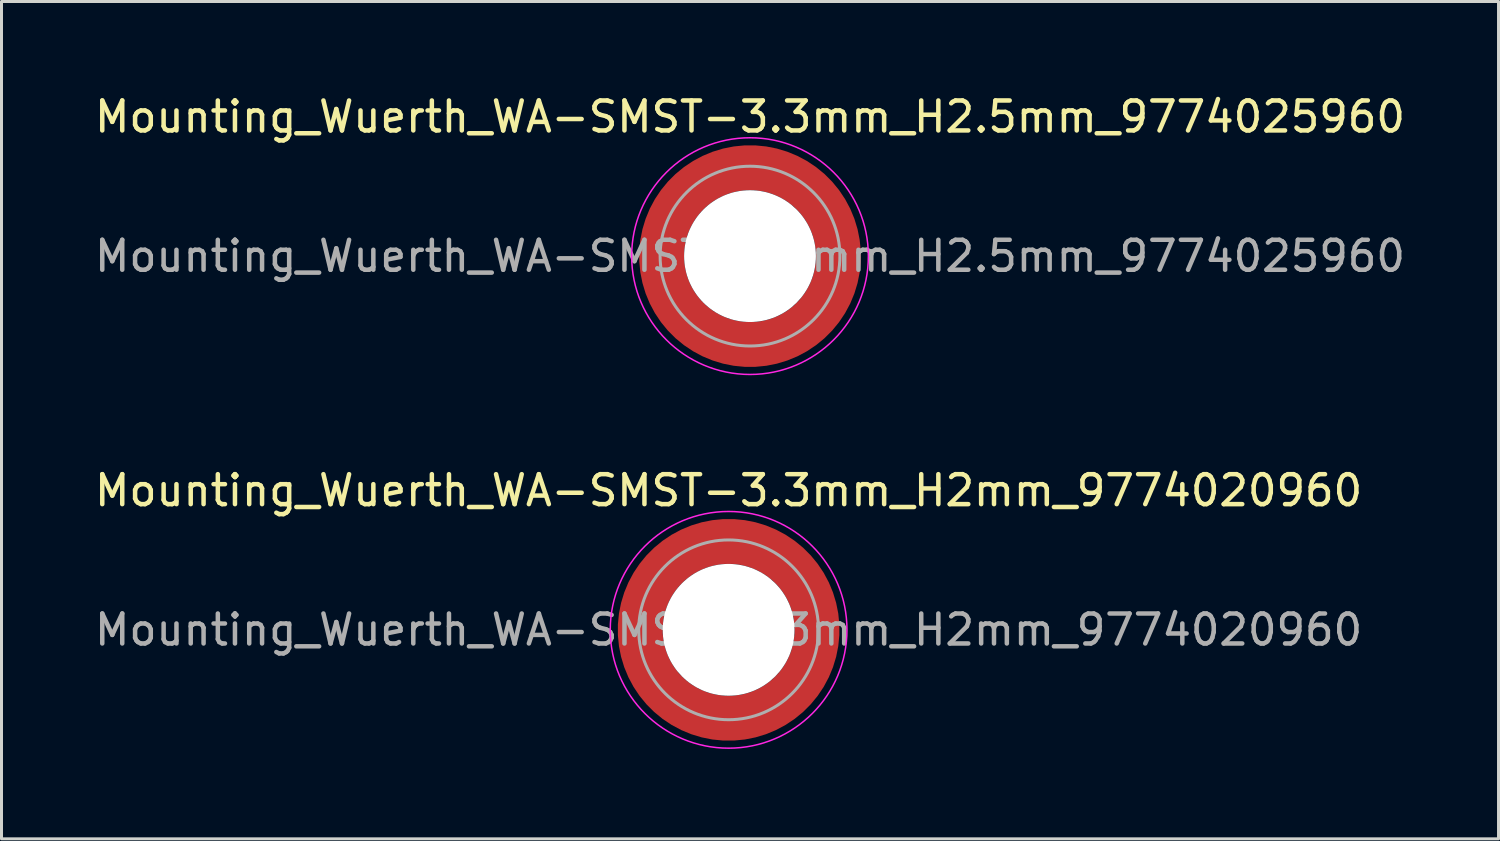
<source format=kicad_pcb>
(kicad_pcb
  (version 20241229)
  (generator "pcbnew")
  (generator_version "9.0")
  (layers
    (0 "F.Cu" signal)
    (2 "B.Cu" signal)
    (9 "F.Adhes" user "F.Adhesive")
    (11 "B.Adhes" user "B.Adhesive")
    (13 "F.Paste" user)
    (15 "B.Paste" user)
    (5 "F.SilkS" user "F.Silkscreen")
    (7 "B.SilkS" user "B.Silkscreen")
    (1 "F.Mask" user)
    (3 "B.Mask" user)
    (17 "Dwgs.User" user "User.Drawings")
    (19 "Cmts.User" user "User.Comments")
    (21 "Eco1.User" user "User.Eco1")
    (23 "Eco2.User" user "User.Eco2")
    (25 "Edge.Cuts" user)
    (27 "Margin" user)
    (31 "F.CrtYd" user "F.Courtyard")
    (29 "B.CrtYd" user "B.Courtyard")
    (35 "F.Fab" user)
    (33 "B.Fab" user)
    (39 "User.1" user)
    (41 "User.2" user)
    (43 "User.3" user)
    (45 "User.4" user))
  (footprint "Mounting_Wuerth_WA-SMST-3.3mm_H2.5mm_9774025960"
    (layer "F.Cu")
    (at 21.982 5.498)
    (property "Reference" "Mounting_Wuerth_WA-SMST-3.3mm_H2.5mm_9774025960" (at 0 -4.65 0) (layer "F.SilkS") (effects (font (size 1 1) (thickness 0.15))))
    (attr smd)
    (fp_circle (center 0 0) (end 3.95 0) (stroke (width 0.05) (type solid)) (fill no) (layer "F.CrtYd"))
    (fp_circle (center 0 0) (end 3 0) (stroke (width 0.1) (type solid)) (fill no) (layer "F.Fab"))
    (fp_text user "${REFERENCE}" (at 0 0 0) (layer "F.Fab") (effects (font (size 1 1) (thickness 0.15))))
    (pad "" smd custom (at -2.058 -2.058) (size 0.7 0.7) (layers "F.Paste") (options (anchor circle)) (primitives (gr_arc (start -0.377294 1.707681) (mid 0.318198 0.318198) (end 1.707681 -0.377294) (width 0.2)) (gr_arc (start -0.478281 1.707681) (mid 0.247487 0.247487) (end 1.707681 -0.478281) (width 0.2)) (gr_arc (start -0.579192 1.707681) (mid 0.176777 0.176777) (end 1.707681 -0.579192) (width 0.2)) (gr_arc (start -0.680037 1.707681) (mid 0.106066 0.106066) (end 1.707681 -0.680037) (width 0.2)) (gr_arc (start -0.780822 1.707681) (mid 0.035356 0.035356) (end 1.707681 -0.780822) (width 0.2)) (gr_arc (start -0.881554 1.707681) (mid -0.035355 -0.035355) (end 1.707681 -0.881554) (width 0.2)) (gr_arc (start -0.982237 1.707681) (mid -0.106066 -0.106066) (end 1.707681 -0.982237) (width 0.2)) (gr_arc (start -1.082877 1.707681) (mid -0.176777 -0.176777) (end 1.707681 -1.082877) (width 0.2)) (gr_arc (start -1.183476 1.707681) (mid -0.247487 -0.247487) (end 1.707681 -1.183476) (width 0.2)) (gr_arc (start -1.28404 1.707681) (mid -0.318198 -0.318198) (end 1.707681 -1.28404) (width 0.2)) (gr_line (start 1.708 -0.377) (end 1.708 -1.284) (width 0.2)) (gr_line (start -0.377 1.708) (end -1.284 1.708) (width 0.2))))
    (pad "" smd custom (at -2.058 2.058) (size 0.7 0.7) (layers "F.Paste") (options (anchor circle)) (primitives (gr_arc (start 1.707681 0.377294) (mid 0.318198 -0.318198) (end -0.377294 -1.707681) (width 0.2)) (gr_arc (start 1.707681 0.478281) (mid 0.247487 -0.247487) (end -0.478281 -1.707681) (width 0.2)) (gr_arc (start 1.707681 0.579192) (mid 0.176777 -0.176777) (end -0.579192 -1.707681) (width 0.2)) (gr_arc (start 1.707681 0.680037) (mid 0.106066 -0.106066) (end -0.680037 -1.707681) (width 0.2)) (gr_arc (start 1.707681 0.780822) (mid 0.035356 -0.035356) (end -0.780822 -1.707681) (width 0.2)) (gr_arc (start 1.707681 0.881554) (mid -0.035355 0.035355) (end -0.881554 -1.707681) (width 0.2)) (gr_arc (start 1.707681 0.982237) (mid -0.106066 0.106066) (end -0.982237 -1.707681) (width 0.2)) (gr_arc (start 1.707681 1.082877) (mid -0.176777 0.176777) (end -1.082877 -1.707681) (width 0.2)) (gr_arc (start 1.707681 1.183476) (mid -0.247487 0.247487) (end -1.183476 -1.707681) (width 0.2)) (gr_arc (start 1.707681 1.28404) (mid -0.318198 0.318198) (end -1.28404 -1.707681) (width 0.2)) (gr_line (start -0.377 -1.708) (end -1.284 -1.708) (width 0.2)) (gr_line (start 1.708 0.377) (end 1.708 1.284) (width 0.2))))
    (pad "" np_thru_hole circle (at 0 0) (size 4.4 4.4) (drill 4.4) (layers "*.Cu" "*.Mask"))
    (pad "" smd custom (at 2.058 -2.058) (size 0.7 0.7) (layers "F.Paste") (options (anchor circle)) (primitives (gr_arc (start -1.707681 -0.377294) (mid -0.318198 0.318198) (end 0.377294 1.707681) (width 0.2)) (gr_arc (start -1.707681 -0.478281) (mid -0.247487 0.247487) (end 0.478281 1.707681) (width 0.2)) (gr_arc (start -1.707681 -0.579192) (mid -0.176777 0.176777) (end 0.579192 1.707681) (width 0.2)) (gr_arc (start -1.707681 -0.680037) (mid -0.106066 0.106066) (end 0.680037 1.707681) (width 0.2)) (gr_arc (start -1.707681 -0.780822) (mid -0.035356 0.035356) (end 0.780822 1.707681) (width 0.2)) (gr_arc (start -1.707681 -0.881554) (mid 0.035355 -0.035355) (end 0.881554 1.707681) (width 0.2)) (gr_arc (start -1.707681 -0.982237) (mid 0.106066 -0.106066) (end 0.982237 1.707681) (width 0.2)) (gr_arc (start -1.707681 -1.082877) (mid 0.176777 -0.176777) (end 1.082877 1.707681) (width 0.2)) (gr_arc (start -1.707681 -1.183476) (mid 0.247487 -0.247487) (end 1.183476 1.707681) (width 0.2)) (gr_arc (start -1.707681 -1.28404) (mid 0.318198 -0.318198) (end 1.28404 1.707681) (width 0.2)) (gr_line (start 0.377 1.708) (end 1.284 1.708) (width 0.2)) (gr_line (start -1.708 -0.377) (end -1.708 -1.284) (width 0.2))))
    (pad "" smd custom (at 2.058 2.058) (size 0.7 0.7) (layers "F.Paste") (options (anchor circle)) (primitives (gr_arc (start 0.377294 -1.707681) (mid -0.318198 -0.318198) (end -1.707681 0.377294) (width 0.2)) (gr_arc (start 0.478281 -1.707681) (mid -0.247487 -0.247487) (end -1.707681 0.478281) (width 0.2)) (gr_arc (start 0.579192 -1.707681) (mid -0.176777 -0.176777) (end -1.707681 0.579192) (width 0.2)) (gr_arc (start 0.680037 -1.707681) (mid -0.106066 -0.106066) (end -1.707681 0.680037) (width 0.2)) (gr_arc (start 0.780822 -1.707681) (mid -0.035356 -0.035356) (end -1.707681 0.780822) (width 0.2)) (gr_arc (start 0.881554 -1.707681) (mid 0.035355 0.035355) (end -1.707681 0.881554) (width 0.2)) (gr_arc (start 0.982237 -1.707681) (mid 0.106066 0.106066) (end -1.707681 0.982237) (width 0.2)) (gr_arc (start 1.082877 -1.707681) (mid 0.176777 0.176777) (end -1.707681 1.082877) (width 0.2)) (gr_arc (start 1.183476 -1.707681) (mid 0.247487 0.247487) (end -1.707681 1.183476) (width 0.2)) (gr_arc (start 1.28404 -1.707681) (mid 0.318198 0.318198) (end -1.707681 1.28404) (width 0.2)) (gr_line (start -1.708 0.377) (end -1.708 1.284) (width 0.2)) (gr_line (start 0.377 -1.708) (end 1.284 -1.708) (width 0.2))))
    (pad "1" smd circle (at -2.95 0) (size 1.1 1.1) (layers "F.Cu"))
    (pad "1" smd circle (at 0 -2.95) (size 1.1 1.1) (layers "F.Cu"))
    (pad "1" smd circle (at 0 2.95) (size 1.1 1.1) (layers "F.Cu"))
    (pad "1" smd custom (at 2.95 0) (size 1.1 1.1) (layers "F.Cu" "F.Mask") (options (anchor circle)) (primitives (gr_circle (center -2.95 0) (end 0 0) (width 1.5) (fill no)))))
  (footprint "Mounting_Wuerth_WA-SMST-3.3mm_H2mm_9774020960"
    (layer "F.Cu")
    (at 21.268 17.971)
    (property "Reference" "Mounting_Wuerth_WA-SMST-3.3mm_H2mm_9774020960" (at 0 -4.65 0) (layer "F.SilkS") (effects (font (size 1 1) (thickness 0.15))))
    (attr smd)
    (fp_circle (center 0 0) (end 3.95 0) (stroke (width 0.05) (type solid)) (fill no) (layer "F.CrtYd"))
    (fp_circle (center 0 0) (end 3 0) (stroke (width 0.1) (type solid)) (fill no) (layer "F.Fab"))
    (fp_text user "${REFERENCE}" (at 0 0 0) (layer "F.Fab") (effects (font (size 1 1) (thickness 0.15))))
    (pad "" smd custom (at -2.058 -2.058) (size 0.7 0.7) (layers "F.Paste") (options (anchor circle)) (primitives (gr_arc (start -0.377294 1.707681) (mid 0.318198 0.318198) (end 1.707681 -0.377294) (width 0.2)) (gr_arc (start -0.478281 1.707681) (mid 0.247487 0.247487) (end 1.707681 -0.478281) (width 0.2)) (gr_arc (start -0.579192 1.707681) (mid 0.176777 0.176777) (end 1.707681 -0.579192) (width 0.2)) (gr_arc (start -0.680037 1.707681) (mid 0.106066 0.106066) (end 1.707681 -0.680037) (width 0.2)) (gr_arc (start -0.780822 1.707681) (mid 0.035356 0.035356) (end 1.707681 -0.780822) (width 0.2)) (gr_arc (start -0.881554 1.707681) (mid -0.035355 -0.035355) (end 1.707681 -0.881554) (width 0.2)) (gr_arc (start -0.982237 1.707681) (mid -0.106066 -0.106066) (end 1.707681 -0.982237) (width 0.2)) (gr_arc (start -1.082877 1.707681) (mid -0.176777 -0.176777) (end 1.707681 -1.082877) (width 0.2)) (gr_arc (start -1.183476 1.707681) (mid -0.247487 -0.247487) (end 1.707681 -1.183476) (width 0.2)) (gr_arc (start -1.28404 1.707681) (mid -0.318198 -0.318198) (end 1.707681 -1.28404) (width 0.2)) (gr_line (start 1.708 -0.377) (end 1.708 -1.284) (width 0.2)) (gr_line (start -0.377 1.708) (end -1.284 1.708) (width 0.2))))
    (pad "" smd custom (at -2.058 2.058) (size 0.7 0.7) (layers "F.Paste") (options (anchor circle)) (primitives (gr_arc (start 1.707681 0.377294) (mid 0.318198 -0.318198) (end -0.377294 -1.707681) (width 0.2)) (gr_arc (start 1.707681 0.478281) (mid 0.247487 -0.247487) (end -0.478281 -1.707681) (width 0.2)) (gr_arc (start 1.707681 0.579192) (mid 0.176777 -0.176777) (end -0.579192 -1.707681) (width 0.2)) (gr_arc (start 1.707681 0.680037) (mid 0.106066 -0.106066) (end -0.680037 -1.707681) (width 0.2)) (gr_arc (start 1.707681 0.780822) (mid 0.035356 -0.035356) (end -0.780822 -1.707681) (width 0.2)) (gr_arc (start 1.707681 0.881554) (mid -0.035355 0.035355) (end -0.881554 -1.707681) (width 0.2)) (gr_arc (start 1.707681 0.982237) (mid -0.106066 0.106066) (end -0.982237 -1.707681) (width 0.2)) (gr_arc (start 1.707681 1.082877) (mid -0.176777 0.176777) (end -1.082877 -1.707681) (width 0.2)) (gr_arc (start 1.707681 1.183476) (mid -0.247487 0.247487) (end -1.183476 -1.707681) (width 0.2)) (gr_arc (start 1.707681 1.28404) (mid -0.318198 0.318198) (end -1.28404 -1.707681) (width 0.2)) (gr_line (start -0.377 -1.708) (end -1.284 -1.708) (width 0.2)) (gr_line (start 1.708 0.377) (end 1.708 1.284) (width 0.2))))
    (pad "" np_thru_hole circle (at 0 0) (size 4.4 4.4) (drill 4.4) (layers "*.Cu" "*.Mask"))
    (pad "" smd custom (at 2.058 -2.058) (size 0.7 0.7) (layers "F.Paste") (options (anchor circle)) (primitives (gr_arc (start -1.707681 -0.377294) (mid -0.318198 0.318198) (end 0.377294 1.707681) (width 0.2)) (gr_arc (start -1.707681 -0.478281) (mid -0.247487 0.247487) (end 0.478281 1.707681) (width 0.2)) (gr_arc (start -1.707681 -0.579192) (mid -0.176777 0.176777) (end 0.579192 1.707681) (width 0.2)) (gr_arc (start -1.707681 -0.680037) (mid -0.106066 0.106066) (end 0.680037 1.707681) (width 0.2)) (gr_arc (start -1.707681 -0.780822) (mid -0.035356 0.035356) (end 0.780822 1.707681) (width 0.2)) (gr_arc (start -1.707681 -0.881554) (mid 0.035355 -0.035355) (end 0.881554 1.707681) (width 0.2)) (gr_arc (start -1.707681 -0.982237) (mid 0.106066 -0.106066) (end 0.982237 1.707681) (width 0.2)) (gr_arc (start -1.707681 -1.082877) (mid 0.176777 -0.176777) (end 1.082877 1.707681) (width 0.2)) (gr_arc (start -1.707681 -1.183476) (mid 0.247487 -0.247487) (end 1.183476 1.707681) (width 0.2)) (gr_arc (start -1.707681 -1.28404) (mid 0.318198 -0.318198) (end 1.28404 1.707681) (width 0.2)) (gr_line (start 0.377 1.708) (end 1.284 1.708) (width 0.2)) (gr_line (start -1.708 -0.377) (end -1.708 -1.284) (width 0.2))))
    (pad "" smd custom (at 2.058 2.058) (size 0.7 0.7) (layers "F.Paste") (options (anchor circle)) (primitives (gr_arc (start 0.377294 -1.707681) (mid -0.318198 -0.318198) (end -1.707681 0.377294) (width 0.2)) (gr_arc (start 0.478281 -1.707681) (mid -0.247487 -0.247487) (end -1.707681 0.478281) (width 0.2)) (gr_arc (start 0.579192 -1.707681) (mid -0.176777 -0.176777) (end -1.707681 0.579192) (width 0.2)) (gr_arc (start 0.680037 -1.707681) (mid -0.106066 -0.106066) (end -1.707681 0.680037) (width 0.2)) (gr_arc (start 0.780822 -1.707681) (mid -0.035356 -0.035356) (end -1.707681 0.780822) (width 0.2)) (gr_arc (start 0.881554 -1.707681) (mid 0.035355 0.035355) (end -1.707681 0.881554) (width 0.2)) (gr_arc (start 0.982237 -1.707681) (mid 0.106066 0.106066) (end -1.707681 0.982237) (width 0.2)) (gr_arc (start 1.082877 -1.707681) (mid 0.176777 0.176777) (end -1.707681 1.082877) (width 0.2)) (gr_arc (start 1.183476 -1.707681) (mid 0.247487 0.247487) (end -1.707681 1.183476) (width 0.2)) (gr_arc (start 1.28404 -1.707681) (mid 0.318198 0.318198) (end -1.707681 1.28404) (width 0.2)) (gr_line (start -1.708 0.377) (end -1.708 1.284) (width 0.2)) (gr_line (start 0.377 -1.708) (end 1.284 -1.708) (width 0.2))))
    (pad "1" smd circle (at -2.95 0) (size 1.1 1.1) (layers "F.Cu"))
    (pad "1" smd circle (at 0 -2.95) (size 1.1 1.1) (layers "F.Cu"))
    (pad "1" smd circle (at 0 2.95) (size 1.1 1.1) (layers "F.Cu"))
    (pad "1" smd custom (at 2.95 0) (size 1.1 1.1) (layers "F.Cu" "F.Mask") (options (anchor circle)) (primitives (gr_circle (center -2.95 0) (end 0 0) (width 1.5) (fill no)))))
  (gr_rect
    (start -3 -3)
    (end 46.964 24.947)
    (stroke (width 0.1) (type default))
    (fill no)
    (layer "Edge.Cuts")))
</source>
